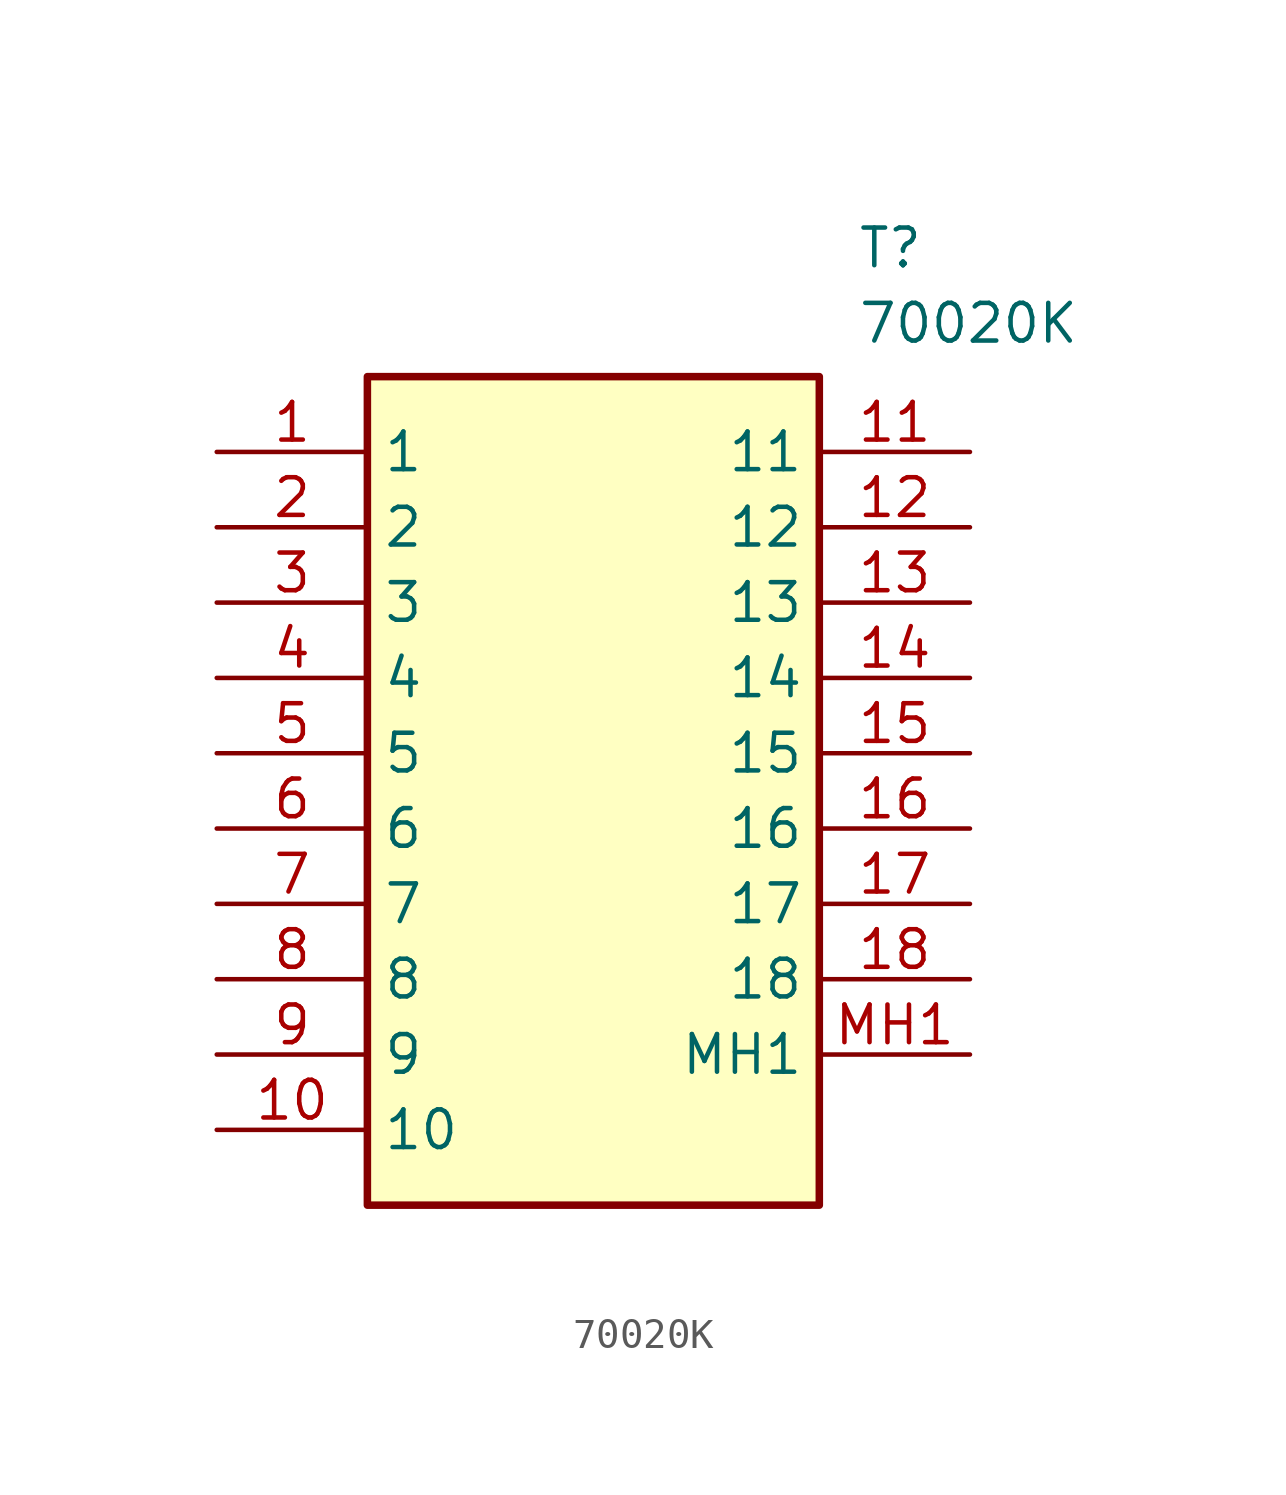
<source format=kicad_sym>
(kicad_symbol_lib
  (version 20211014)
  (generator SamacSys_ECAD_Model)
  (symbol "70020K"
    (property "Reference" "T"
      (at 21.59 7.62 0)
      (effects (font (size 1.27 1.27)) (justify left top)))
    (property "Value" "70020K"
      (at 21.59 5.08 0)
      (effects (font (size 1.27 1.27)) (justify left top)))
    (rectangle
      (start 5.08 2.54)
      (end 20.32 -25.4)
      (stroke (width 0.254) (type default))
      (fill (type background)))
    (pin passive line
      (at 0 0 0)
      (length 5.08)
      (name "1" (effects (font (size 1.27 1.27))))
      (number "1" (effects (font (size 1.27 1.27)))))
    (pin passive line
      (at 0 -2.54 0)
      (length 5.08)
      (name "2" (effects (font (size 1.27 1.27))))
      (number "2" (effects (font (size 1.27 1.27)))))
    (pin passive line
      (at 0 -5.08 0)
      (length 5.08)
      (name "3" (effects (font (size 1.27 1.27))))
      (number "3" (effects (font (size 1.27 1.27)))))
    (pin passive line
      (at 0 -7.62 0)
      (length 5.08)
      (name "4" (effects (font (size 1.27 1.27))))
      (number "4" (effects (font (size 1.27 1.27)))))
    (pin passive line
      (at 0 -10.16 0)
      (length 5.08)
      (name "5" (effects (font (size 1.27 1.27))))
      (number "5" (effects (font (size 1.27 1.27)))))
    (pin passive line
      (at 0 -12.7 0)
      (length 5.08)
      (name "6" (effects (font (size 1.27 1.27))))
      (number "6" (effects (font (size 1.27 1.27)))))
    (pin passive line
      (at 0 -15.24 0)
      (length 5.08)
      (name "7" (effects (font (size 1.27 1.27))))
      (number "7" (effects (font (size 1.27 1.27)))))
    (pin passive line
      (at 0 -17.78 0)
      (length 5.08)
      (name "8" (effects (font (size 1.27 1.27))))
      (number "8" (effects (font (size 1.27 1.27)))))
    (pin passive line
      (at 0 -20.32 0)
      (length 5.08)
      (name "9" (effects (font (size 1.27 1.27))))
      (number "9" (effects (font (size 1.27 1.27)))))
    (pin passive line
      (at 0 -22.86 0)
      (length 5.08)
      (name "10" (effects (font (size 1.27 1.27))))
      (number "10" (effects (font (size 1.27 1.27)))))
    (pin passive line
      (at 25.4 0 180)
      (length 5.08)
      (name "11" (effects (font (size 1.27 1.27))))
      (number "11" (effects (font (size 1.27 1.27)))))
    (pin passive line
      (at 25.4 -2.54 180)
      (length 5.08)
      (name "12" (effects (font (size 1.27 1.27))))
      (number "12" (effects (font (size 1.27 1.27)))))
    (pin passive line
      (at 25.4 -5.08 180)
      (length 5.08)
      (name "13" (effects (font (size 1.27 1.27))))
      (number "13" (effects (font (size 1.27 1.27)))))
    (pin passive line
      (at 25.4 -7.62 180)
      (length 5.08)
      (name "14" (effects (font (size 1.27 1.27))))
      (number "14" (effects (font (size 1.27 1.27)))))
    (pin passive line
      (at 25.4 -10.16 180)
      (length 5.08)
      (name "15" (effects (font (size 1.27 1.27))))
      (number "15" (effects (font (size 1.27 1.27)))))
    (pin passive line
      (at 25.4 -12.7 180)
      (length 5.08)
      (name "16" (effects (font (size 1.27 1.27))))
      (number "16" (effects (font (size 1.27 1.27)))))
    (pin passive line
      (at 25.4 -15.24 180)
      (length 5.08)
      (name "17" (effects (font (size 1.27 1.27))))
      (number "17" (effects (font (size 1.27 1.27)))))
    (pin passive line
      (at 25.4 -17.78 180)
      (length 5.08)
      (name "18" (effects (font (size 1.27 1.27))))
      (number "18" (effects (font (size 1.27 1.27)))))
    (pin passive line
      (at 25.4 -20.32 180)
      (length 5.08)
      (name "MH1" (effects (font (size 1.27 1.27))))
      (number "MH1" (effects (font (size 1.27 1.27)))))))
</source>
